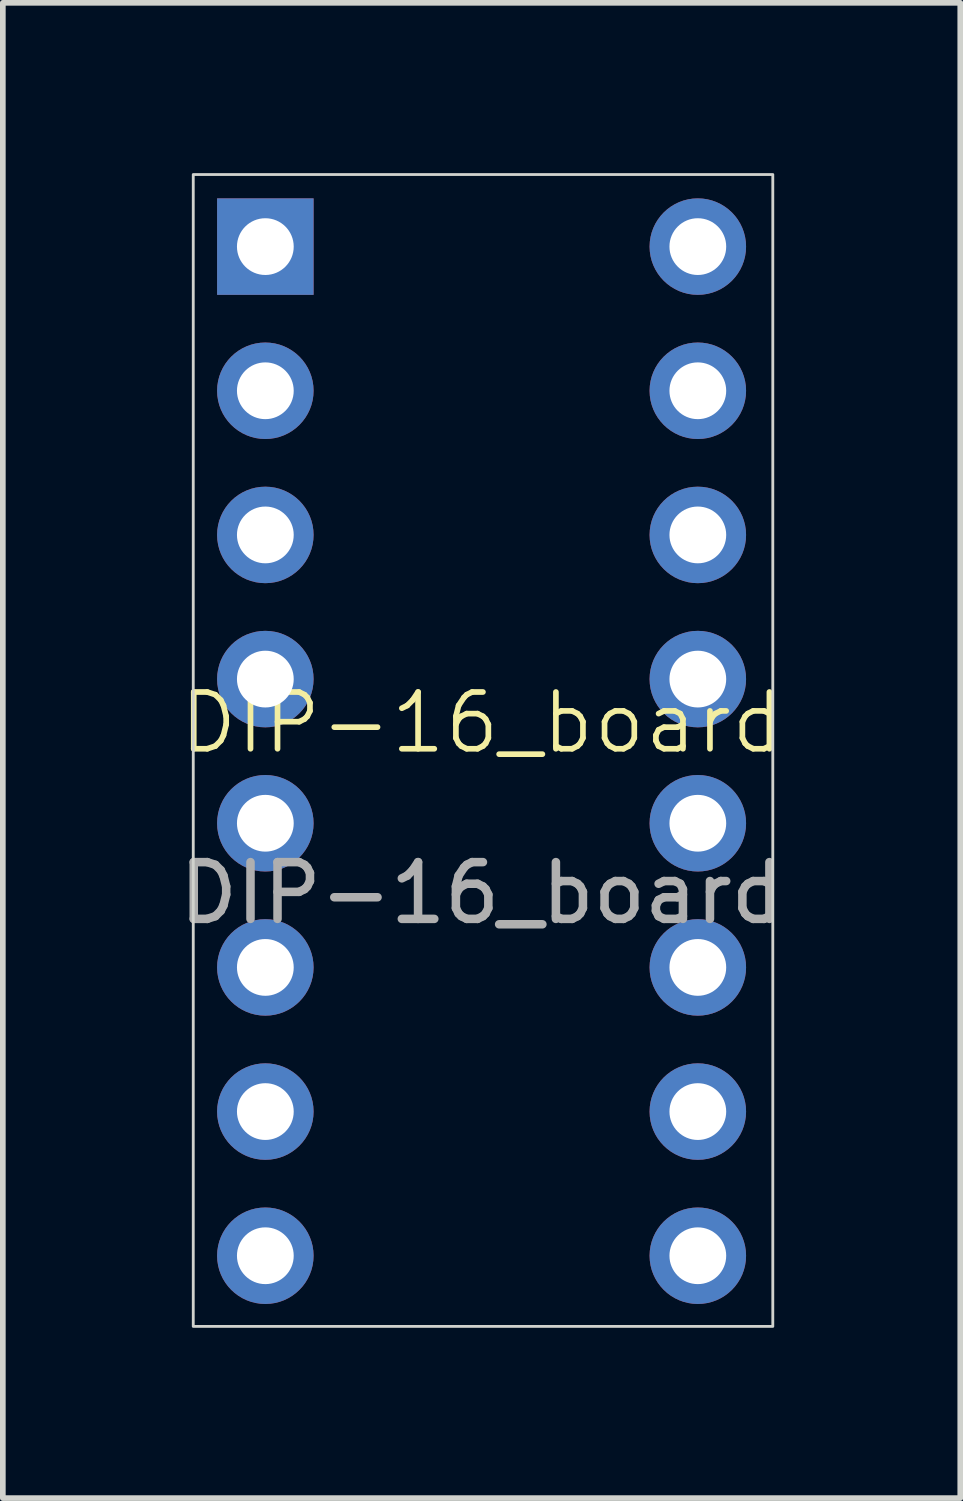
<source format=kicad_pcb>
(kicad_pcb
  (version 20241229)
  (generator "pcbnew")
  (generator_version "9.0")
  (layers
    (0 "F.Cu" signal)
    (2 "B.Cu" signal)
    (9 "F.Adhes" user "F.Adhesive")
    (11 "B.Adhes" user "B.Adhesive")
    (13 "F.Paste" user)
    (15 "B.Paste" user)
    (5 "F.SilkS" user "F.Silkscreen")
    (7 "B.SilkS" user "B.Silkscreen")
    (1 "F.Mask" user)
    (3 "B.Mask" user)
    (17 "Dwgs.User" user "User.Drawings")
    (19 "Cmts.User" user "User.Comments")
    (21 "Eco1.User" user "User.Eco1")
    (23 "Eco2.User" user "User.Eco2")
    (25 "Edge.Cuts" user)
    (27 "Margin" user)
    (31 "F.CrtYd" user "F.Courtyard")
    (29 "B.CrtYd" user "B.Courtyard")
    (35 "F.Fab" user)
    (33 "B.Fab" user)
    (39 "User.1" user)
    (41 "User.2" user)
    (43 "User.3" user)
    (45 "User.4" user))
  (footprint "DIP-16_board"
    (layer "F.Cu")
    (at 5.435 10.185)
    (property "Reference" "DIP-16_board" (at 0 -0.5 0) (unlocked yes) (layer "F.SilkS") (effects (font (size 1 1) (thickness 0.1))))
    (attr smd)
    (fp_rect (start -5.08 -10.16) (end 5.131 10.135) (stroke (width 0.05) (type default)) (fill no) (layer "Edge.Cuts"))
    (fp_text user "${REFERENCE}" (at 0 2.5 0) (unlocked yes) (layer "F.Fab") (effects (font (size 1 1) (thickness 0.15))))
    (pad "1" thru_hole rect (at -3.81 -8.89) (size 1.7 1.7) (drill 1) (layers "*.Cu" "*.Mask"))
    (pad "2" thru_hole circle (at -3.81 -6.35) (size 1.7 1.7) (drill 1) (layers "*.Cu" "*.Mask"))
    (pad "3" thru_hole circle (at -3.81 -3.81) (size 1.7 1.7) (drill 1) (layers "*.Cu" "*.Mask"))
    (pad "4" thru_hole circle (at -3.81 -1.27) (size 1.7 1.7) (drill 1) (layers "*.Cu" "*.Mask"))
    (pad "5" thru_hole circle (at -3.81 1.27) (size 1.7 1.7) (drill 1) (layers "*.Cu" "*.Mask"))
    (pad "6" thru_hole circle (at -3.81 3.81) (size 1.7 1.7) (drill 1) (layers "*.Cu" "*.Mask"))
    (pad "7" thru_hole circle (at -3.81 6.35) (size 1.7 1.7) (drill 1) (layers "*.Cu" "*.Mask"))
    (pad "8" thru_hole circle (at -3.81 8.89) (size 1.7 1.7) (drill 1) (layers "*.Cu" "*.Mask"))
    (pad "9" thru_hole circle (at 3.81 8.89) (size 1.7 1.7) (drill 1) (layers "*.Cu" "*.Mask"))
    (pad "10" thru_hole circle (at 3.81 6.35) (size 1.7 1.7) (drill 1) (layers "*.Cu" "*.Mask"))
    (pad "11" thru_hole circle (at 3.81 3.81) (size 1.7 1.7) (drill 1) (layers "*.Cu" "*.Mask"))
    (pad "12" thru_hole circle (at 3.81 1.27) (size 1.7 1.7) (drill 1) (layers "*.Cu" "*.Mask"))
    (pad "13" thru_hole circle (at 3.81 -1.27) (size 1.7 1.7) (drill 1) (layers "*.Cu" "*.Mask"))
    (pad "14" thru_hole circle (at 3.81 -3.81) (size 1.7 1.7) (drill 1) (layers "*.Cu" "*.Mask"))
    (pad "15" thru_hole circle (at 3.81 -6.35) (size 1.7 1.7) (drill 1) (layers "*.Cu" "*.Mask"))
    (pad "16" thru_hole circle (at 3.81 -8.89) (size 1.7 1.7) (drill 1) (layers "*.Cu" "*.Mask")))
  (gr_rect
    (start -3 -3)
    (end 13.869 23.345)
    (stroke (width 0.1) (type default))
    (fill no)
    (layer "Edge.Cuts")))
</source>
